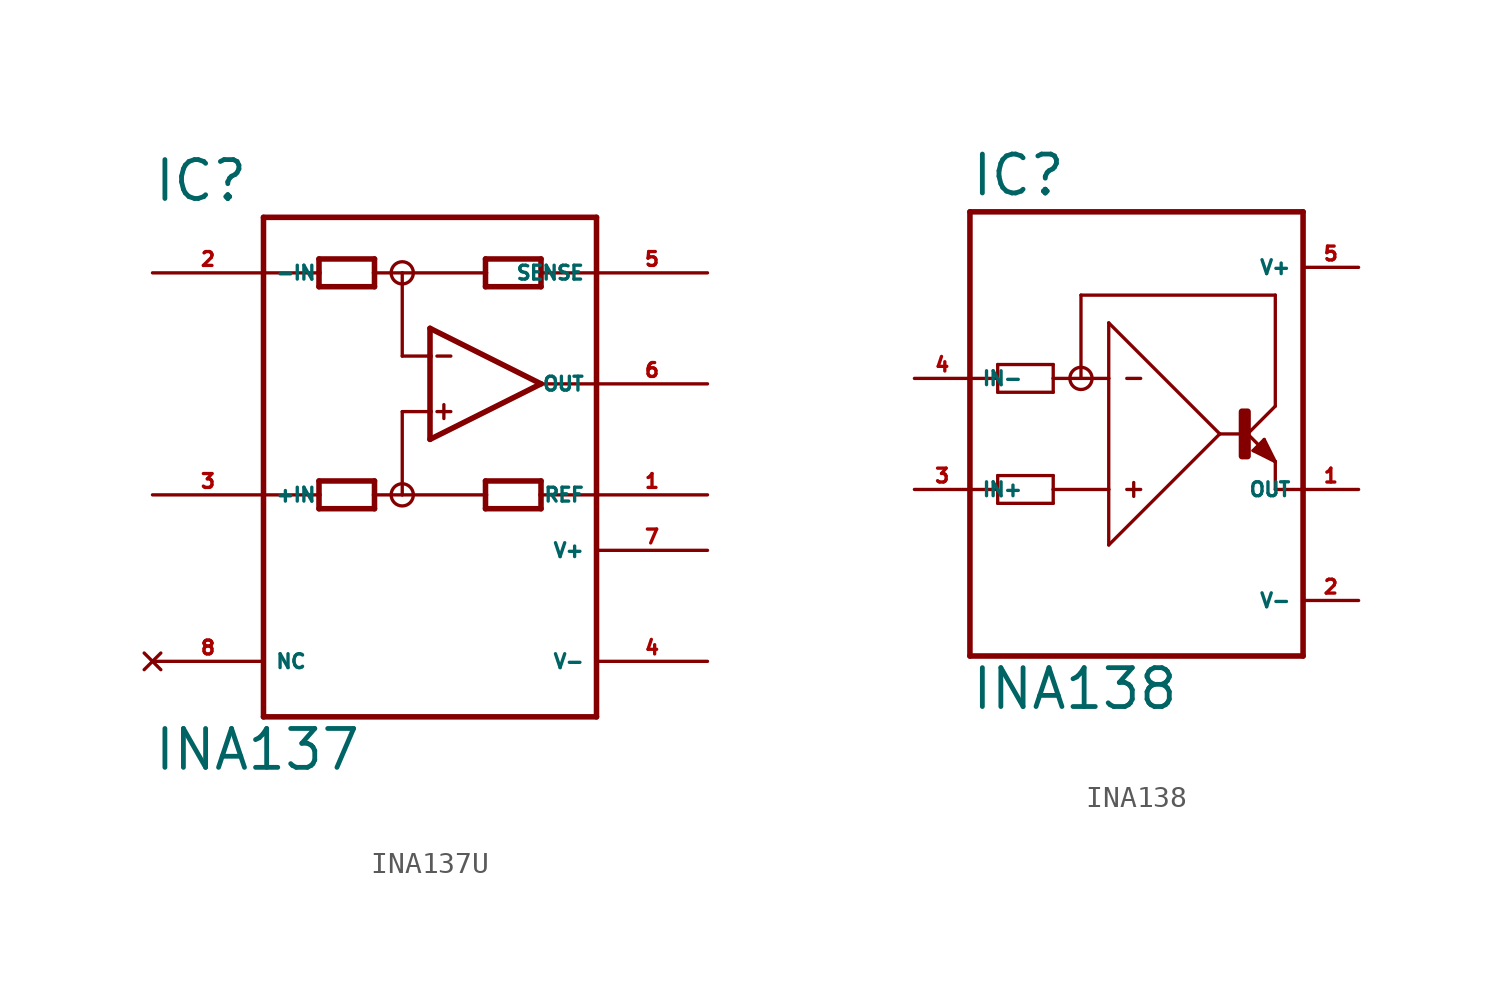
<source format=kicad_sym>
(kicad_symbol_lib
  (version 20220914)
  (generator Eagle2Kicad)
  (symbol "INA137U"
    (property "Reference" "IC"
      (at -12.7 13.335 0)
      (effects (font (size 1.778 1.778) (thickness 0.22)) (justify left bottom)))
    (property "Value" "INA137"
      (at -12.7 -12.7 0)
      (effects (font (size 1.778 1.778) (thickness 0.22)) (justify left bottom)))
    (polyline
      (pts (xy 0 2.54) (xy 0 3.81))
      (stroke (width 0.254) (type default))
      (fill (type none)))
    (polyline
      (pts (xy 0 3.81) (xy 0 6.35))
      (stroke (width 0.254) (type default))
      (fill (type none)))
    (polyline
      (pts (xy 0 6.35) (xy 0 7.62))
      (stroke (width 0.254) (type default))
      (fill (type none)))
    (polyline
      (pts (xy 0 7.62) (xy 5.08 5.08))
      (stroke (width 0.254) (type default))
      (fill (type none)))
    (polyline
      (pts (xy 5.08 5.08) (xy 0 2.54))
      (stroke (width 0.254) (type default))
      (fill (type none)))
    (polyline
      (pts (xy -2.54 9.525) (xy -2.54 10.16))
      (stroke (width 0.254) (type default))
      (fill (type none)))
    (polyline
      (pts (xy -2.54 10.16) (xy -2.54 10.795))
      (stroke (width 0.254) (type default))
      (fill (type none)))
    (polyline
      (pts (xy -2.54 10.795) (xy -5.08 10.795))
      (stroke (width 0.254) (type default))
      (fill (type none)))
    (polyline
      (pts (xy -5.08 10.795) (xy -5.08 10.16))
      (stroke (width 0.254) (type default))
      (fill (type none)))
    (polyline
      (pts (xy -5.08 10.16) (xy -5.08 9.525))
      (stroke (width 0.254) (type default))
      (fill (type none)))
    (polyline
      (pts (xy -5.08 9.525) (xy -2.54 9.525))
      (stroke (width 0.254) (type default))
      (fill (type none)))
    (polyline
      (pts (xy 2.54 9.525) (xy 2.54 10.16))
      (stroke (width 0.254) (type default))
      (fill (type none)))
    (polyline
      (pts (xy 2.54 10.16) (xy 2.54 10.795))
      (stroke (width 0.254) (type default))
      (fill (type none)))
    (polyline
      (pts (xy 2.54 10.795) (xy 5.08 10.795))
      (stroke (width 0.254) (type default))
      (fill (type none)))
    (polyline
      (pts (xy 5.08 10.795) (xy 5.08 10.16))
      (stroke (width 0.254) (type default))
      (fill (type none)))
    (polyline
      (pts (xy 5.08 10.16) (xy 5.08 9.525))
      (stroke (width 0.254) (type default))
      (fill (type none)))
    (polyline
      (pts (xy 5.08 9.525) (xy 2.54 9.525))
      (stroke (width 0.254) (type default))
      (fill (type none)))
    (polyline
      (pts (xy 0 6.35) (xy -1.27 6.35))
      (stroke (width 0.152) (type default))
      (fill (type none)))
    (polyline
      (pts (xy -2.54 0.635) (xy -2.54 0))
      (stroke (width 0.254) (type default))
      (fill (type none)))
    (polyline
      (pts (xy -2.54 0) (xy -2.54 -0.635))
      (stroke (width 0.254) (type default))
      (fill (type none)))
    (polyline
      (pts (xy -2.54 -0.635) (xy -5.08 -0.635))
      (stroke (width 0.254) (type default))
      (fill (type none)))
    (polyline
      (pts (xy -5.08 -0.635) (xy -5.08 0))
      (stroke (width 0.254) (type default))
      (fill (type none)))
    (polyline
      (pts (xy -5.08 0) (xy -5.08 0.635))
      (stroke (width 0.254) (type default))
      (fill (type none)))
    (polyline
      (pts (xy -5.08 0.635) (xy -2.54 0.635))
      (stroke (width 0.254) (type default))
      (fill (type none)))
    (polyline
      (pts (xy 2.54 0.635) (xy 2.54 0))
      (stroke (width 0.254) (type default))
      (fill (type none)))
    (polyline
      (pts (xy 2.54 0) (xy 2.54 -0.635))
      (stroke (width 0.254) (type default))
      (fill (type none)))
    (polyline
      (pts (xy 2.54 -0.635) (xy 5.08 -0.635))
      (stroke (width 0.254) (type default))
      (fill (type none)))
    (polyline
      (pts (xy 5.08 -0.635) (xy 5.08 0))
      (stroke (width 0.254) (type default))
      (fill (type none)))
    (polyline
      (pts (xy 5.08 0) (xy 5.08 0.635))
      (stroke (width 0.254) (type default))
      (fill (type none)))
    (polyline
      (pts (xy 5.08 0.635) (xy 2.54 0.635))
      (stroke (width 0.254) (type default))
      (fill (type none)))
    (polyline
      (pts (xy -1.27 6.35) (xy -1.27 10.16))
      (stroke (width 0.152) (type default))
      (fill (type none)))
    (polyline
      (pts (xy -1.27 10.16) (xy -2.54 10.16))
      (stroke (width 0.152) (type default))
      (fill (type none)))
    (polyline
      (pts (xy -1.27 10.16) (xy 2.54 10.16))
      (stroke (width 0.152) (type default))
      (fill (type none)))
    (polyline
      (pts (xy 0 3.81) (xy -1.27 3.81))
      (stroke (width 0.152) (type default))
      (fill (type none)))
    (polyline
      (pts (xy -1.27 3.81) (xy -1.27 0))
      (stroke (width 0.152) (type default))
      (fill (type none)))
    (polyline
      (pts (xy -1.27 0) (xy -2.54 0))
      (stroke (width 0.152) (type default))
      (fill (type none)))
    (polyline
      (pts (xy -1.27 0) (xy 2.54 0))
      (stroke (width 0.152) (type default))
      (fill (type none)))
    (polyline
      (pts (xy 0.318 6.35) (xy 0.953 6.35))
      (stroke (width 0.152) (type default))
      (fill (type none)))
    (polyline
      (pts (xy 0.318 3.81) (xy 0.953 3.81))
      (stroke (width 0.152) (type default))
      (fill (type none)))
    (polyline
      (pts (xy 0.635 4.128) (xy 0.635 3.493))
      (stroke (width 0.152) (type default))
      (fill (type none)))
    (polyline
      (pts (xy -7.62 10.16) (xy -5.08 10.16))
      (stroke (width 0.152) (type default))
      (fill (type none)))
    (polyline
      (pts (xy 7.62 10.16) (xy 5.08 10.16))
      (stroke (width 0.152) (type default))
      (fill (type none)))
    (polyline
      (pts (xy 5.08 5.08) (xy 7.62 5.08))
      (stroke (width 0.152) (type default))
      (fill (type none)))
    (polyline
      (pts (xy 7.62 0) (xy 5.08 0))
      (stroke (width 0.152) (type default))
      (fill (type none)))
    (polyline
      (pts (xy -7.62 0) (xy -5.08 0))
      (stroke (width 0.152) (type default))
      (fill (type none)))
    (polyline
      (pts (xy -7.62 -10.16) (xy 7.62 -10.16))
      (stroke (width 0.254) (type default))
      (fill (type none)))
    (polyline
      (pts (xy 7.62 -10.16) (xy 7.62 12.7))
      (stroke (width 0.254) (type default))
      (fill (type none)))
    (polyline
      (pts (xy 7.62 12.7) (xy -7.62 12.7))
      (stroke (width 0.254) (type default))
      (fill (type none)))
    (polyline
      (pts (xy -7.62 12.7) (xy -7.62 -10.16))
      (stroke (width 0.254) (type default))
      (fill (type none)))
    (circle
      (center -1.27 0)
      (radius 0.508)
      (stroke (width 0) (type default))
      (fill (type none)))
    (circle
      (center -1.27 10.16)
      (radius 0.508)
      (stroke (width 0) (type default))
      (fill (type none)))
    (pin input line
      (at -12.7 10.16 0)
      (length 5.08)
      (name "-IN" (effects (font (size 0.635 0.635) (thickness 0.08)) (justify left bottom)))
      (number "2" (effects (font (size 0.635 0.635) (thickness 0.08)) (justify left bottom))))
    (pin input line
      (at -12.7 0 0)
      (length 5.08)
      (name "+IN" (effects (font (size 0.635 0.635) (thickness 0.08)) (justify left bottom)))
      (number "3" (effects (font (size 0.635 0.635) (thickness 0.08)) (justify left bottom))))
    (pin output line
      (at 12.7 5.08 180)
      (length 5.08)
      (name "OUT" (effects (font (size 0.635 0.635) (thickness 0.08)) (justify left bottom)))
      (number "6" (effects (font (size 0.635 0.635) (thickness 0.08)) (justify left bottom))))
    (pin unspecified line
      (at 12.7 -2.54 180)
      (length 5.08)
      (name "V+" (effects (font (size 0.635 0.635) (thickness 0.08)) (justify left bottom)))
      (number "7" (effects (font (size 0.635 0.635) (thickness 0.08)) (justify left bottom))))
    (pin unspecified line
      (at 12.7 -7.62 180)
      (length 5.08)
      (name "V-" (effects (font (size 0.635 0.635) (thickness 0.08)) (justify left bottom)))
      (number "4" (effects (font (size 0.635 0.635) (thickness 0.08)) (justify left bottom))))
    (pin passive line
      (at 12.7 10.16 180)
      (length 5.08)
      (name "SENSE" (effects (font (size 0.635 0.635) (thickness 0.08)) (justify left bottom)))
      (number "5" (effects (font (size 0.635 0.635) (thickness 0.08)) (justify left bottom))))
    (pin passive line
      (at 12.7 0 180)
      (length 5.08)
      (name "REF" (effects (font (size 0.635 0.635) (thickness 0.08)) (justify left bottom)))
      (number "1" (effects (font (size 0.635 0.635) (thickness 0.08)) (justify left bottom))))
    (pin no_connect line
      (at -12.7 -7.62 0)
      (length 5.08)
      (name "NC" (effects (font (size 0.635 0.635) (thickness 0.08)) (justify left bottom) hide))
      (number "8" (effects (font (size 0.635 0.635) (thickness 0.08)) (justify left bottom) hide))))
  (symbol "INA138"
    (property "Reference" "IC"
      (at -7.62 10.795 0)
      (effects (font (size 1.778 1.778) (thickness 0.22)) (justify left bottom)))
    (property "Value" "INA138"
      (at -7.62 -12.7 0)
      (effects (font (size 1.778 1.778) (thickness 0.22)) (justify left bottom)))
    (polyline
      (pts (xy -1.27 -5.08) (xy -1.27 -2.54))
      (stroke (width 0.152) (type default))
      (fill (type none)))
    (polyline
      (pts (xy -1.27 -2.54) (xy -1.27 2.54))
      (stroke (width 0.152) (type default))
      (fill (type none)))
    (polyline
      (pts (xy -1.27 2.54) (xy -1.27 5.08))
      (stroke (width 0.152) (type default))
      (fill (type none)))
    (polyline
      (pts (xy -1.27 5.08) (xy 3.81 0))
      (stroke (width 0.152) (type default))
      (fill (type none)))
    (polyline
      (pts (xy 3.81 0) (xy -1.27 -5.08))
      (stroke (width 0.152) (type default))
      (fill (type none)))
    (polyline
      (pts (xy -3.81 1.905) (xy -3.81 2.54))
      (stroke (width 0.152) (type default))
      (fill (type none)))
    (polyline
      (pts (xy -3.81 2.54) (xy -3.81 3.175))
      (stroke (width 0.152) (type default))
      (fill (type none)))
    (polyline
      (pts (xy -3.81 3.175) (xy -6.35 3.175))
      (stroke (width 0.152) (type default))
      (fill (type none)))
    (polyline
      (pts (xy -6.35 3.175) (xy -6.35 2.54))
      (stroke (width 0.152) (type default))
      (fill (type none)))
    (polyline
      (pts (xy -6.35 2.54) (xy -6.35 1.905))
      (stroke (width 0.152) (type default))
      (fill (type none)))
    (polyline
      (pts (xy -6.35 1.905) (xy -3.81 1.905))
      (stroke (width 0.152) (type default))
      (fill (type none)))
    (polyline
      (pts (xy -3.81 -1.905) (xy -3.81 -2.54))
      (stroke (width 0.152) (type default))
      (fill (type none)))
    (polyline
      (pts (xy -3.81 -2.54) (xy -3.81 -3.175))
      (stroke (width 0.152) (type default))
      (fill (type none)))
    (polyline
      (pts (xy -3.81 -3.175) (xy -6.35 -3.175))
      (stroke (width 0.152) (type default))
      (fill (type none)))
    (polyline
      (pts (xy -6.35 -3.175) (xy -6.35 -2.54))
      (stroke (width 0.152) (type default))
      (fill (type none)))
    (polyline
      (pts (xy -6.35 -2.54) (xy -6.35 -1.905))
      (stroke (width 0.152) (type default))
      (fill (type none)))
    (polyline
      (pts (xy -6.35 -1.905) (xy -3.81 -1.905))
      (stroke (width 0.152) (type default))
      (fill (type none)))
    (polyline
      (pts (xy -1.27 2.54) (xy -2.54 2.54))
      (stroke (width 0.152) (type default))
      (fill (type none)))
    (polyline
      (pts (xy -2.54 2.54) (xy -3.81 2.54))
      (stroke (width 0.152) (type default))
      (fill (type none)))
    (polyline
      (pts (xy -1.27 -2.54) (xy -3.81 -2.54))
      (stroke (width 0.152) (type default))
      (fill (type none)))
    (polyline
      (pts (xy -0.445 2.54) (xy 0.191 2.54))
      (stroke (width 0.152) (type default))
      (fill (type none)))
    (polyline
      (pts (xy -0.445 -2.54) (xy 0.191 -2.54))
      (stroke (width 0.152) (type default))
      (fill (type none)))
    (polyline
      (pts (xy -0.127 -2.223) (xy -0.127 -2.857))
      (stroke (width 0.152) (type default))
      (fill (type none)))
    (polyline
      (pts (xy -7.62 2.54) (xy -6.35 2.54))
      (stroke (width 0.152) (type default))
      (fill (type none)))
    (polyline
      (pts (xy -7.62 -2.54) (xy -6.35 -2.54))
      (stroke (width 0.152) (type default))
      (fill (type none)))
    (polyline
      (pts (xy -7.62 -10.16) (xy 7.62 -10.16))
      (stroke (width 0.254) (type default))
      (fill (type none)))
    (polyline
      (pts (xy 7.62 -10.16) (xy 7.62 -2.54))
      (stroke (width 0.254) (type default))
      (fill (type none)))
    (polyline
      (pts (xy 7.62 -2.54) (xy 7.62 10.16))
      (stroke (width 0.254) (type default))
      (fill (type none)))
    (polyline
      (pts (xy 7.62 10.16) (xy -7.62 10.16))
      (stroke (width 0.254) (type default))
      (fill (type none)))
    (polyline
      (pts (xy -7.62 10.16) (xy -7.62 -10.16))
      (stroke (width 0.254) (type default))
      (fill (type none)))
    (polyline
      (pts (xy 6.35 1.27) (xy 6.35 6.35))
      (stroke (width 0.152) (type default))
      (fill (type none)))
    (polyline
      (pts (xy 6.35 6.35) (xy -2.54 6.35))
      (stroke (width 0.152) (type default))
      (fill (type none)))
    (polyline
      (pts (xy -2.54 6.35) (xy -2.54 2.54))
      (stroke (width 0.152) (type default))
      (fill (type none)))
    (polyline
      (pts (xy 6.35 -1.27) (xy 6.096 -1.016))
      (stroke (width 0.152) (type default))
      (fill (type none)))
    (polyline
      (pts (xy 6.096 -1.016) (xy 5.08 0))
      (stroke (width 0.152) (type default))
      (fill (type none)))
    (polyline
      (pts (xy 5.08 0) (xy 6.35 1.27))
      (stroke (width 0.152) (type default))
      (fill (type none)))
    (polyline
      (pts (xy 3.81 0) (xy 5.08 0))
      (stroke (width 0.152) (type default))
      (fill (type none)))
    (polyline
      (pts (xy 6.35 -1.27) (xy 5.842 -0.254))
      (stroke (width 0.152) (type default))
      (fill (type none)))
    (polyline
      (pts (xy 5.842 -0.254) (xy 5.334 -0.762))
      (stroke (width 0.152) (type default))
      (fill (type none)))
    (polyline
      (pts (xy 5.334 -0.762) (xy 6.35 -1.27))
      (stroke (width 0.152) (type default))
      (fill (type none)))
    (polyline
      (pts (xy 5.842 -0.508) (xy 5.588 -0.762))
      (stroke (width 0.305) (type default))
      (fill (type none)))
    (polyline
      (pts (xy 5.588 -0.762) (xy 6.096 -1.016))
      (stroke (width 0.305) (type default))
      (fill (type none)))
    (polyline
      (pts (xy 6.096 -1.016) (xy 5.842 -0.508))
      (stroke (width 0.305) (type default))
      (fill (type none)))
    (polyline
      (pts (xy 6.35 -1.27) (xy 6.35 -2.54))
      (stroke (width 0.152) (type default))
      (fill (type none)))
    (polyline
      (pts (xy 6.35 -2.54) (xy 7.62 -2.54))
      (stroke (width 0.152) (type default))
      (fill (type none)))
    (circle
      (center -2.54 2.54)
      (radius 0.508)
      (stroke (width 0) (type default))
      (fill (type none)))
    (rectangle
      (start 4.826 -1.016)
      (end 5.08 1.016)
      (stroke (width 0.3) (type default))
      (fill (type outline)))
    (pin input line
      (at -10.16 2.54 0)
      (length 2.54)
      (name "IN-" (effects (font (size 0.635 0.635) (thickness 0.08)) (justify left bottom)))
      (number "4" (effects (font (size 0.635 0.635) (thickness 0.08)) (justify left bottom))))
    (pin input line
      (at -10.16 -2.54 0)
      (length 2.54)
      (name "IN+" (effects (font (size 0.635 0.635) (thickness 0.08)) (justify left bottom)))
      (number "3" (effects (font (size 0.635 0.635) (thickness 0.08)) (justify left bottom))))
    (pin output line
      (at 10.16 -2.54 180)
      (length 2.54)
      (name "OUT" (effects (font (size 0.635 0.635) (thickness 0.08)) (justify left bottom)))
      (number "1" (effects (font (size 0.635 0.635) (thickness 0.08)) (justify left bottom))))
    (pin unspecified line
      (at 10.16 7.62 180)
      (length 2.54)
      (name "V+" (effects (font (size 0.635 0.635) (thickness 0.08)) (justify left bottom)))
      (number "5" (effects (font (size 0.635 0.635) (thickness 0.08)) (justify left bottom))))
    (pin unspecified line
      (at 10.16 -7.62 180)
      (length 2.54)
      (name "V-" (effects (font (size 0.635 0.635) (thickness 0.08)) (justify left bottom)))
      (number "2" (effects (font (size 0.635 0.635) (thickness 0.08)) (justify left bottom))))))
</source>
